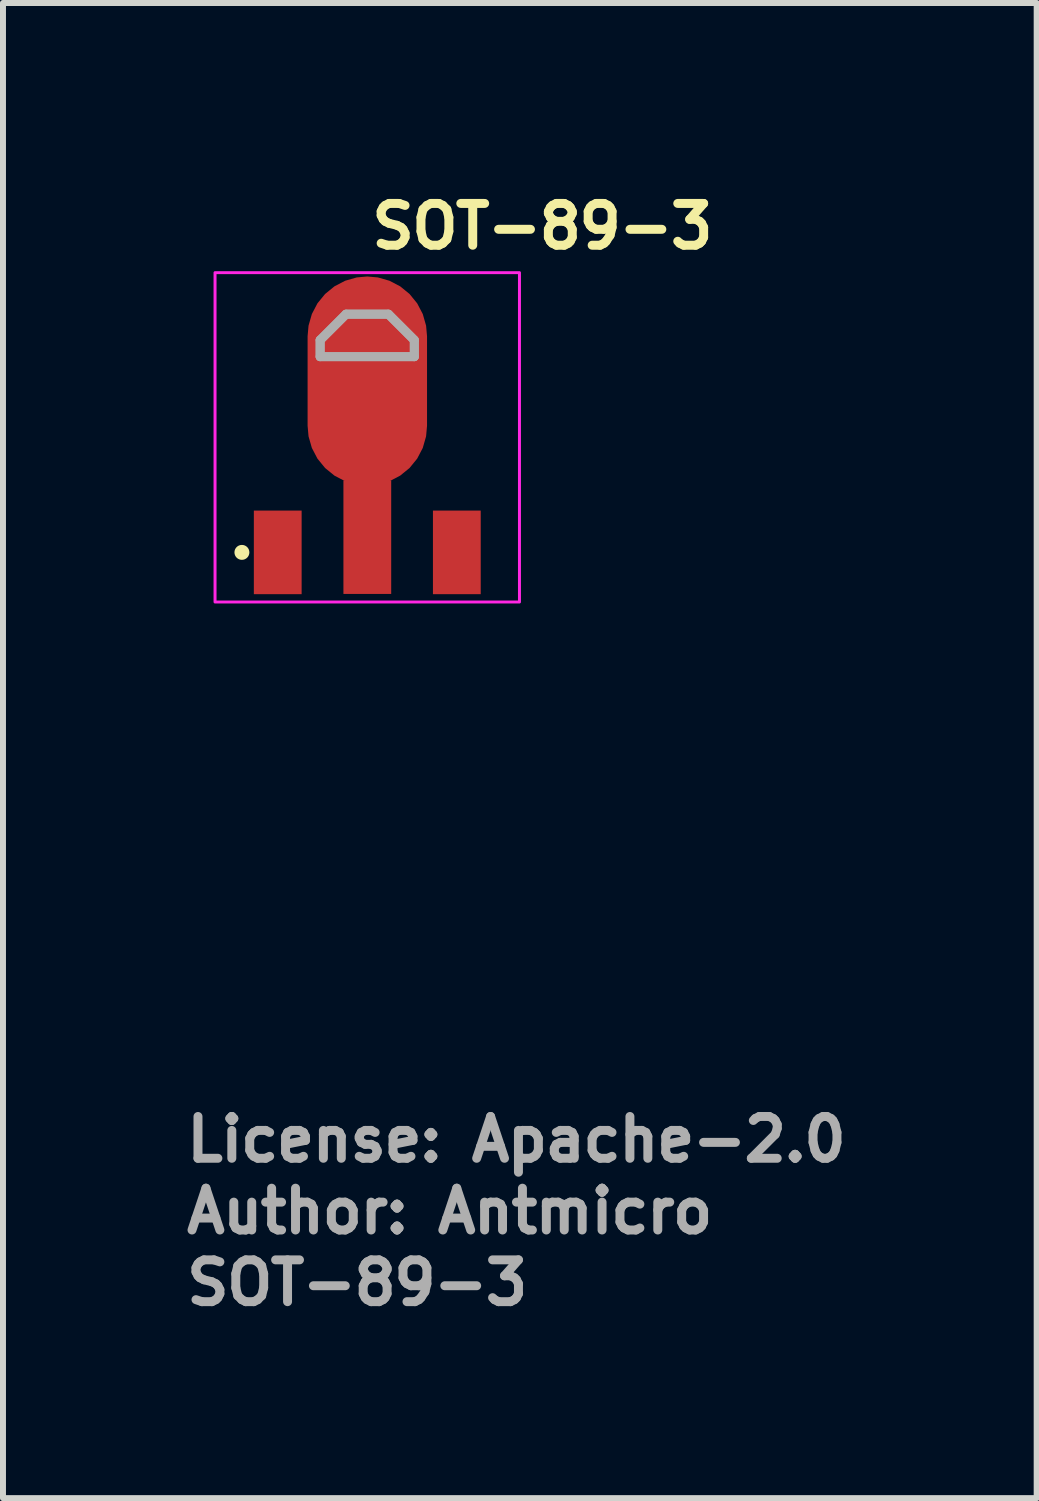
<source format=kicad_pcb>
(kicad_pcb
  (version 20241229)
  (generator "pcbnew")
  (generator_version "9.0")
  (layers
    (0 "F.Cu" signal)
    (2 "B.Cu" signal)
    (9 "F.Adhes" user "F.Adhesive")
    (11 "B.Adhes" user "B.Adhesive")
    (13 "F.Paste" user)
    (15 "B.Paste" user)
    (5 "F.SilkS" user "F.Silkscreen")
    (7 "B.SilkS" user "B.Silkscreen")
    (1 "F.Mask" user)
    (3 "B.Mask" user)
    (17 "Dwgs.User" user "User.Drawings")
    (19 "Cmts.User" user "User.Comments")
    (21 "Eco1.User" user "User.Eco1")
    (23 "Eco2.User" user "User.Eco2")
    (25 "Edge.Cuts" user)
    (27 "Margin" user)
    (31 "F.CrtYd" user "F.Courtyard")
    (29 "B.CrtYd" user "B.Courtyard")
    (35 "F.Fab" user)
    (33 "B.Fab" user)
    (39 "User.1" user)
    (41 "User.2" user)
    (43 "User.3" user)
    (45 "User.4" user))
  (footprint "SOT-89-3"
    (layer "F.Cu")
    (at 3.101 4.55)
    (property "Reference" "SOT-89-3" (at 0 -3.4 0) (layer "F.SilkS") (effects (font (size 0.7 0.7) (thickness 0.15)) (justify left bottom)))
    (attr smd)
    (fp_circle (center -2.1 1.65) (end -2.05 1.65) (stroke (width 0.15) (type solid)) (fill yes) (layer "F.SilkS"))
    (fp_rect (start -2.55 -3.034) (end 2.548 2.481) (stroke (width 0.05) (type solid)) (fill no) (layer "F.CrtYd"))
    (fp_line (start -0.79 -1.905) (end -0.356 -2.339) (stroke (width 0.15) (type solid)) (layer "F.Fab"))
    (fp_line (start -0.79 -1.627) (end -0.79 -1.905) (stroke (width 0.15) (type solid)) (layer "F.Fab"))
    (fp_line (start -0.356 -2.339) (end 0.353 -2.339) (stroke (width 0.15) (type solid)) (layer "F.Fab"))
    (fp_line (start 0.353 -2.339) (end 0.787 -1.905) (stroke (width 0.15) (type solid)) (layer "F.Fab"))
    (fp_line (start 0.787 -1.905) (end 0.787 -1.627) (stroke (width 0.15) (type solid)) (layer "F.Fab"))
    (fp_line (start 0.787 -1.627) (end -0.79 -1.627) (stroke (width 0.15) (type solid)) (layer "F.Fab"))
    (fp_poly (pts (xy -0.79 -1.651) (xy -0.79 -1.905) (xy -0.356 -2.339) (xy 0.302 -2.339) (xy 0.353 -2.339) (xy 0.787 -1.905) (xy 0.787 -1.627) (xy -0.79 -1.627)) (stroke (width 0.15) (type solid)) (fill no) (layer "F.Fab"))
    (fp_rect (start -2.25 -2.084) (end 2.248 2.081) (stroke (width 0.1) (type solid)) (fill no) (layer "User.5"))
    (fp_line (start -2.25 -1.549) (end 2.248 -1.549) (stroke (width 0.02) (type solid)) (layer "User.9"))
    (fp_line (start -2.25 0.888) (end -2.25 -1.549) (stroke (width 0.02) (type solid)) (layer "User.9"))
    (fp_line (start -2.25 0.888) (end -2.028 0.667) (stroke (width 0.02) (type solid)) (layer "User.9"))
    (fp_line (start -2.027 -1.329) (end -2.249 -1.551) (stroke (width 0.02) (type solid)) (layer "User.9"))
    (fp_line (start -2.027 -1.329) (end 2.024 -1.329) (stroke (width 0.02) (type solid)) (layer "User.9"))
    (fp_line (start -2.027 0.668) (end -2.027 -1.329) (stroke (width 0.02) (type solid)) (layer "User.9"))
    (fp_line (start -1.768 0.888) (end -1.768 2.081) (stroke (width 0.02) (type solid)) (layer "User.9"))
    (fp_line (start -1.583 0.355) (end -1.583 0.359) (stroke (width 0.02) (type solid)) (layer "User.9"))
    (fp_line (start -1.583 0.359) (end -1.583 0.359) (stroke (width 0.02) (type solid)) (layer "User.9"))
    (fp_line (start -1.583 0.359) (end -1.583 0.364) (stroke (width 0.02) (type solid)) (layer "User.9"))
    (fp_line (start -1.583 0.364) (end -1.581 0.368) (stroke (width 0.02) (type solid)) (layer "User.9"))
    (fp_line (start -1.581 0.344) (end -1.581 0.348) (stroke (width 0.02) (type solid)) (layer "User.9"))
    (fp_line (start -1.581 0.348) (end -1.581 0.351) (stroke (width 0.02) (type solid)) (layer "User.9"))
    (fp_line (start -1.581 0.351) (end -1.583 0.355) (stroke (width 0.02) (type solid)) (layer "User.9"))
    (fp_line (start -1.581 0.368) (end -1.581 0.372) (stroke (width 0.02) (type solid)) (layer "User.9"))
    (fp_line (start -1.581 0.372) (end -1.581 0.376) (stroke (width 0.02) (type solid)) (layer "User.9"))
    (fp_line (start -1.581 0.376) (end -1.579 0.38) (stroke (width 0.02) (type solid)) (layer "User.9"))
    (fp_line (start -1.579 0.336) (end -1.579 0.34) (stroke (width 0.02) (type solid)) (layer "User.9"))
    (fp_line (start -1.579 0.34) (end -1.581 0.344) (stroke (width 0.02) (type solid)) (layer "User.9"))
    (fp_line (start -1.579 0.38) (end -1.579 0.385) (stroke (width 0.02) (type solid)) (layer "User.9"))
    (fp_line (start -1.579 0.385) (end -1.577 0.388) (stroke (width 0.02) (type solid)) (layer "User.9"))
    (fp_line (start -1.577 0.333) (end -1.579 0.336) (stroke (width 0.02) (type solid)) (layer "User.9"))
    (fp_line (start -1.577 0.388) (end -1.575 0.392) (stroke (width 0.02) (type solid)) (layer "User.9"))
    (fp_line (start -1.575 0.325) (end -1.575 0.329) (stroke (width 0.02) (type solid)) (layer "User.9"))
    (fp_line (start -1.575 0.329) (end -1.577 0.333) (stroke (width 0.02) (type solid)) (layer "User.9"))
    (fp_line (start -1.575 0.392) (end -1.575 0.396) (stroke (width 0.02) (type solid)) (layer "User.9"))
    (fp_line (start -1.575 0.396) (end -1.573 0.399) (stroke (width 0.02) (type solid)) (layer "User.9"))
    (fp_line (start -1.573 0.322) (end -1.575 0.325) (stroke (width 0.02) (type solid)) (layer "User.9"))
    (fp_line (start -1.573 0.399) (end -1.571 0.403) (stroke (width 0.02) (type solid)) (layer "User.9"))
    (fp_line (start -1.571 0.317) (end -1.573 0.322) (stroke (width 0.02) (type solid)) (layer "User.9"))
    (fp_line (start -1.571 0.403) (end -1.569 0.406) (stroke (width 0.02) (type solid)) (layer "User.9"))
    (fp_line (start -1.569 0.314) (end -1.571 0.317) (stroke (width 0.02) (type solid)) (layer "User.9"))
    (fp_line (start -1.569 0.406) (end -1.567 0.409) (stroke (width 0.02) (type solid)) (layer "User.9"))
    (fp_line (start -1.567 0.311) (end -1.569 0.314) (stroke (width 0.02) (type solid)) (layer "User.9"))
    (fp_line (start -1.567 0.409) (end -1.563 0.412) (stroke (width 0.02) (type solid)) (layer "User.9"))
    (fp_line (start -1.563 0.308) (end -1.567 0.311) (stroke (width 0.02) (type solid)) (layer "User.9"))
    (fp_line (start -1.563 0.412) (end -1.561 0.415) (stroke (width 0.02) (type solid)) (layer "User.9"))
    (fp_line (start -1.561 0.305) (end -1.563 0.308) (stroke (width 0.02) (type solid)) (layer "User.9"))
    (fp_line (start -1.561 0.415) (end -1.559 0.417) (stroke (width 0.02) (type solid)) (layer "User.9"))
    (fp_line (start -1.559 0.302) (end -1.561 0.305) (stroke (width 0.02) (type solid)) (layer "User.9"))
    (fp_line (start -1.559 0.417) (end -1.555 0.42) (stroke (width 0.02) (type solid)) (layer "User.9"))
    (fp_line (start -1.555 0.299) (end -1.559 0.302) (stroke (width 0.02) (type solid)) (layer "User.9"))
    (fp_line (start -1.555 0.42) (end -1.553 0.422) (stroke (width 0.02) (type solid)) (layer "User.9"))
    (fp_line (start -1.553 0.297) (end -1.555 0.299) (stroke (width 0.02) (type solid)) (layer "User.9"))
    (fp_line (start -1.553 0.422) (end -1.549 0.425) (stroke (width 0.02) (type solid)) (layer "User.9"))
    (fp_line (start -1.549 0.294) (end -1.553 0.297) (stroke (width 0.02) (type solid)) (layer "User.9"))
    (fp_line (start -1.549 0.425) (end -1.547 0.427) (stroke (width 0.02) (type solid)) (layer "User.9"))
    (fp_line (start -1.547 0.292) (end -1.549 0.294) (stroke (width 0.02) (type solid)) (layer "User.9"))
    (fp_line (start -1.547 0.427) (end -1.543 0.429) (stroke (width 0.02) (type solid)) (layer "User.9"))
    (fp_line (start -1.543 0.29) (end -1.547 0.292) (stroke (width 0.02) (type solid)) (layer "User.9"))
    (fp_line (start -1.543 0.429) (end -1.539 0.431) (stroke (width 0.02) (type solid)) (layer "User.9"))
    (fp_line (start -1.539 0.288) (end -1.543 0.29) (stroke (width 0.02) (type solid)) (layer "User.9"))
    (fp_line (start -1.539 0.431) (end -1.536 0.433) (stroke (width 0.02) (type solid)) (layer "User.9"))
    (fp_line (start -1.536 0.287) (end -1.539 0.288) (stroke (width 0.02) (type solid)) (layer "User.9"))
    (fp_line (start -1.536 0.433) (end -1.532 0.434) (stroke (width 0.02) (type solid)) (layer "User.9"))
    (fp_line (start -1.532 0.286) (end -1.536 0.287) (stroke (width 0.02) (type solid)) (layer "User.9"))
    (fp_line (start -1.532 0.434) (end -1.528 0.436) (stroke (width 0.02) (type solid)) (layer "User.9"))
    (fp_line (start -1.528 0.284) (end -1.532 0.286) (stroke (width 0.02) (type solid)) (layer "User.9"))
    (fp_line (start -1.528 0.436) (end -1.526 0.437) (stroke (width 0.02) (type solid)) (layer "User.9"))
    (fp_line (start -1.526 0.283) (end -1.528 0.284) (stroke (width 0.02) (type solid)) (layer "User.9"))
    (fp_line (start -1.526 0.437) (end -1.522 0.438) (stroke (width 0.02) (type solid)) (layer "User.9"))
    (fp_line (start -1.522 0.282) (end -1.526 0.283) (stroke (width 0.02) (type solid)) (layer "User.9"))
    (fp_line (start -1.522 0.438) (end -1.518 0.439) (stroke (width 0.02) (type solid)) (layer "User.9"))
    (fp_line (start -1.518 0.281) (end -1.522 0.282) (stroke (width 0.02) (type solid)) (layer "User.9"))
    (fp_line (start -1.518 0.439) (end -1.514 0.44) (stroke (width 0.02) (type solid)) (layer "User.9"))
    (fp_line (start -1.514 0.28) (end -1.518 0.281) (stroke (width 0.02) (type solid)) (layer "User.9"))
    (fp_line (start -1.514 0.44) (end -1.51 0.44) (stroke (width 0.02) (type solid)) (layer "User.9"))
    (fp_line (start -1.51 0.28) (end -1.514 0.28) (stroke (width 0.02) (type solid)) (layer "User.9"))
    (fp_line (start -1.51 0.44) (end -1.506 0.441) (stroke (width 0.02) (type solid)) (layer "User.9"))
    (fp_line (start -1.506 0.279) (end -1.51 0.28) (stroke (width 0.02) (type solid)) (layer "User.9"))
    (fp_line (start -1.506 0.441) (end -1.5 0.441) (stroke (width 0.02) (type solid)) (layer "User.9"))
    (fp_line (start -1.5 0.279) (end -1.506 0.279) (stroke (width 0.02) (type solid)) (layer "User.9"))
    (fp_line (start -1.5 0.279) (end -1.5 0.279) (stroke (width 0.02) (type solid)) (layer "User.9"))
    (fp_line (start -1.5 0.441) (end -1.5 0.441) (stroke (width 0.02) (type solid)) (layer "User.9"))
    (fp_line (start -1.5 0.441) (end -1.496 0.441) (stroke (width 0.02) (type solid)) (layer "User.9"))
    (fp_line (start -1.496 0.279) (end -1.5 0.279) (stroke (width 0.02) (type solid)) (layer "User.9"))
    (fp_line (start -1.496 0.441) (end -1.492 0.44) (stroke (width 0.02) (type solid)) (layer "User.9"))
    (fp_line (start -1.492 0.28) (end -1.496 0.279) (stroke (width 0.02) (type solid)) (layer "User.9"))
    (fp_line (start -1.492 0.44) (end -1.488 0.44) (stroke (width 0.02) (type solid)) (layer "User.9"))
    (fp_line (start -1.488 0.28) (end -1.492 0.28) (stroke (width 0.02) (type solid)) (layer "User.9"))
    (fp_line (start -1.488 0.44) (end -1.484 0.439) (stroke (width 0.02) (type solid)) (layer "User.9"))
    (fp_line (start -1.484 0.281) (end -1.488 0.28) (stroke (width 0.02) (type solid)) (layer "User.9"))
    (fp_line (start -1.484 0.439) (end -1.48 0.438) (stroke (width 0.02) (type solid)) (layer "User.9"))
    (fp_line (start -1.48 0.282) (end -1.484 0.281) (stroke (width 0.02) (type solid)) (layer "User.9"))
    (fp_line (start -1.48 0.438) (end -1.476 0.437) (stroke (width 0.02) (type solid)) (layer "User.9"))
    (fp_line (start -1.476 0.283) (end -1.48 0.282) (stroke (width 0.02) (type solid)) (layer "User.9"))
    (fp_line (start -1.476 0.437) (end -1.474 0.436) (stroke (width 0.02) (type solid)) (layer "User.9"))
    (fp_line (start -1.474 0.284) (end -1.476 0.283) (stroke (width 0.02) (type solid)) (layer "User.9"))
    (fp_line (start -1.474 0.436) (end -1.47 0.434) (stroke (width 0.02) (type solid)) (layer "User.9"))
    (fp_line (start -1.47 0.286) (end -1.474 0.284) (stroke (width 0.02) (type solid)) (layer "User.9"))
    (fp_line (start -1.47 0.434) (end -1.466 0.433) (stroke (width 0.02) (type solid)) (layer "User.9"))
    (fp_line (start -1.466 0.287) (end -1.47 0.286) (stroke (width 0.02) (type solid)) (layer "User.9"))
    (fp_line (start -1.466 0.433) (end -1.462 0.431) (stroke (width 0.02) (type solid)) (layer "User.9"))
    (fp_line (start -1.462 0.288) (end -1.466 0.287) (stroke (width 0.02) (type solid)) (layer "User.9"))
    (fp_line (start -1.462 0.431) (end -1.458 0.429) (stroke (width 0.02) (type solid)) (layer "User.9"))
    (fp_line (start -1.458 0.29) (end -1.462 0.288) (stroke (width 0.02) (type solid)) (layer "User.9"))
    (fp_line (start -1.458 0.429) (end -1.456 0.427) (stroke (width 0.02) (type solid)) (layer "User.9"))
    (fp_line (start -1.456 0.292) (end -1.458 0.29) (stroke (width 0.02) (type solid)) (layer "User.9"))
    (fp_line (start -1.456 0.427) (end -1.452 0.425) (stroke (width 0.02) (type solid)) (layer "User.9"))
    (fp_line (start -1.452 0.294) (end -1.456 0.292) (stroke (width 0.02) (type solid)) (layer "User.9"))
    (fp_line (start -1.452 0.425) (end -1.45 0.422) (stroke (width 0.02) (type solid)) (layer "User.9"))
    (fp_line (start -1.45 0.297) (end -1.452 0.294) (stroke (width 0.02) (type solid)) (layer "User.9"))
    (fp_line (start -1.45 0.422) (end -1.446 0.42) (stroke (width 0.02) (type solid)) (layer "User.9"))
    (fp_line (start -1.446 0.299) (end -1.45 0.297) (stroke (width 0.02) (type solid)) (layer "User.9"))
    (fp_line (start -1.446 0.42) (end -1.444 0.417) (stroke (width 0.02) (type solid)) (layer "User.9"))
    (fp_line (start -1.444 0.302) (end -1.446 0.299) (stroke (width 0.02) (type solid)) (layer "User.9"))
    (fp_line (start -1.444 0.417) (end -1.44 0.415) (stroke (width 0.02) (type solid)) (layer "User.9"))
    (fp_line (start -1.44 0.305) (end -1.444 0.302) (stroke (width 0.02) (type solid)) (layer "User.9"))
    (fp_line (start -1.44 0.415) (end -1.438 0.412) (stroke (width 0.02) (type solid)) (layer "User.9"))
    (fp_line (start -1.438 0.308) (end -1.44 0.305) (stroke (width 0.02) (type solid)) (layer "User.9"))
    (fp_line (start -1.438 0.412) (end -1.436 0.409) (stroke (width 0.02) (type solid)) (layer "User.9"))
    (fp_line (start -1.436 0.311) (end -1.438 0.308) (stroke (width 0.02) (type solid)) (layer "User.9"))
    (fp_line (start -1.436 0.409) (end -1.434 0.406) (stroke (width 0.02) (type solid)) (layer "User.9"))
    (fp_line (start -1.434 0.314) (end -1.436 0.311) (stroke (width 0.02) (type solid)) (layer "User.9"))
    (fp_line (start -1.434 0.406) (end -1.432 0.403) (stroke (width 0.02) (type solid)) (layer "User.9"))
    (fp_line (start -1.432 0.317) (end -1.434 0.314) (stroke (width 0.02) (type solid)) (layer "User.9"))
    (fp_line (start -1.432 0.403) (end -1.43 0.399) (stroke (width 0.02) (type solid)) (layer "User.9"))
    (fp_line (start -1.43 0.322) (end -1.432 0.317) (stroke (width 0.02) (type solid)) (layer "User.9"))
    (fp_line (start -1.43 0.399) (end -1.428 0.396) (stroke (width 0.02) (type solid)) (layer "User.9"))
    (fp_line (start -1.428 0.325) (end -1.43 0.322) (stroke (width 0.02) (type solid)) (layer "User.9"))
    (fp_line (start -1.428 0.396) (end -1.426 0.392) (stroke (width 0.02) (type solid)) (layer "User.9"))
    (fp_line (start -1.426 0.329) (end -1.428 0.325) (stroke (width 0.02) (type solid)) (layer "User.9"))
    (fp_line (start -1.426 0.392) (end -1.424 0.388) (stroke (width 0.02) (type solid)) (layer "User.9"))
    (fp_line (start -1.424 0.333) (end -1.426 0.329) (stroke (width 0.02) (type solid)) (layer "User.9"))
    (fp_line (start -1.424 0.336) (end -1.424 0.333) (stroke (width 0.02) (type solid)) (layer "User.9"))
    (fp_line (start -1.424 0.385) (end -1.422 0.38) (stroke (width 0.02) (type solid)) (layer "User.9"))
    (fp_line (start -1.424 0.388) (end -1.424 0.385) (stroke (width 0.02) (type solid)) (layer "User.9"))
    (fp_line (start -1.422 0.34) (end -1.424 0.336) (stroke (width 0.02) (type solid)) (layer "User.9"))
    (fp_line (start -1.422 0.344) (end -1.422 0.34) (stroke (width 0.02) (type solid)) (layer "User.9"))
    (fp_line (start -1.422 0.376) (end -1.42 0.372) (stroke (width 0.02) (type solid)) (layer "User.9"))
    (fp_line (start -1.422 0.38) (end -1.422 0.376) (stroke (width 0.02) (type solid)) (layer "User.9"))
    (fp_line (start -1.42 0.348) (end -1.422 0.344) (stroke (width 0.02) (type solid)) (layer "User.9"))
    (fp_line (start -1.42 0.351) (end -1.42 0.348) (stroke (width 0.02) (type solid)) (layer "User.9"))
    (fp_line (start -1.42 0.355) (end -1.42 0.351) (stroke (width 0.02) (type solid)) (layer "User.9"))
    (fp_line (start -1.42 0.359) (end -1.42 0.355) (stroke (width 0.02) (type solid)) (layer "User.9"))
    (fp_line (start -1.42 0.359) (end -1.42 0.359) (stroke (width 0.02) (type solid)) (layer "User.9"))
    (fp_line (start -1.42 0.359) (end -1.42 0.359) (stroke (width 0.02) (type solid)) (layer "User.9"))
    (fp_line (start -1.42 0.364) (end -1.42 0.359) (stroke (width 0.02) (type solid)) (layer "User.9"))
    (fp_line (start -1.42 0.368) (end -1.42 0.364) (stroke (width 0.02) (type solid)) (layer "User.9"))
    (fp_line (start -1.42 0.372) (end -1.42 0.368) (stroke (width 0.02) (type solid)) (layer "User.9"))
    (fp_line (start -1.234 2.081) (end -1.768 2.081) (stroke (width 0.02) (type solid)) (layer "User.9"))
    (fp_line (start -1.234 2.081) (end -1.234 0.888) (stroke (width 0.02) (type solid)) (layer "User.9"))
    (fp_line (start -0.864 -2.084) (end -0.864 -1.549) (stroke (width 0.02) (type solid)) (layer "User.9"))
    (fp_line (start -0.269 0.888) (end -0.269 2.081) (stroke (width 0.02) (type solid)) (layer "User.9"))
    (fp_line (start -0.269 2.081) (end 0.267 2.081) (stroke (width 0.02) (type solid)) (layer "User.9"))
    (fp_line (start 0.267 2.081) (end 0.267 0.888) (stroke (width 0.02) (type solid)) (layer "User.9"))
    (fp_line (start 0.862 -2.084) (end -0.864 -2.084) (stroke (width 0.02) (type solid)) (layer "User.9"))
    (fp_line (start 0.862 -1.549) (end 0.862 -2.084) (stroke (width 0.02) (type solid)) (layer "User.9"))
    (fp_line (start 1.233 0.888) (end 1.233 2.081) (stroke (width 0.02) (type solid)) (layer "User.9"))
    (fp_line (start 1.765 2.081) (end 1.233 2.081) (stroke (width 0.02) (type solid)) (layer "User.9"))
    (fp_line (start 1.765 2.081) (end 1.765 0.888) (stroke (width 0.02) (type solid)) (layer "User.9"))
    (fp_line (start 2.024 -1.329) (end 2.024 0.668) (stroke (width 0.02) (type solid)) (layer "User.9"))
    (fp_line (start 2.024 -1.329) (end 2.246 -1.551) (stroke (width 0.02) (type solid)) (layer "User.9"))
    (fp_line (start 2.024 0.668) (end -2.027 0.668) (stroke (width 0.02) (type solid)) (layer "User.9"))
    (fp_line (start 2.024 0.668) (end 2.246 0.888) (stroke (width 0.02) (type solid)) (layer "User.9"))
    (fp_line (start 2.248 -1.549) (end 2.248 0.888) (stroke (width 0.02) (type solid)) (layer "User.9"))
    (fp_line (start 2.248 0.888) (end -2.25 0.888) (stroke (width 0.02) (type solid)) (layer "User.9"))
    (fp_text user "License: Apache-2.0" (at -3.101 11.89 0) (layer "F.Fab") (effects (font (size 0.7 0.7) (thickness 0.15)) (justify left bottom)))
    (fp_text user "Author: Antmicro" (at -3.101 13.091 0) (layer "F.Fab") (effects (font (size 0.7 0.7) (thickness 0.15)) (justify left bottom)))
    (fp_text user "${REFERENCE}" (at -3.101 14.291 0) (layer "F.Fab") (effects (font (size 0.7 0.7) (thickness 0.15)) (justify left bottom)))
    (pad "1" smd rect (at -1.5 1.65) (size 0.8 1.4) (layers "F.Cu" "F.Mask" "F.Paste"))
    (pad "2" smd roundrect (at 0 -1.22) (size 2 3.5) (layers "F.Cu" "F.Mask" "F.Paste") (roundrect_rratio 0.5))
    (pad "2" smd rect (at 0 1.396) (size 0.8 1.9) (layers "F.Cu" "F.Mask" "F.Paste"))
    (pad "3" smd rect (at 1.499 1.65) (size 0.8 1.4) (layers "F.Cu" "F.Mask" "F.Paste")))
  (gr_rect
    (start -3 -3)
    (end 14.31 22.037)
    (stroke (width 0.1) (type default))
    (fill no)
    (layer "Edge.Cuts")))
</source>
